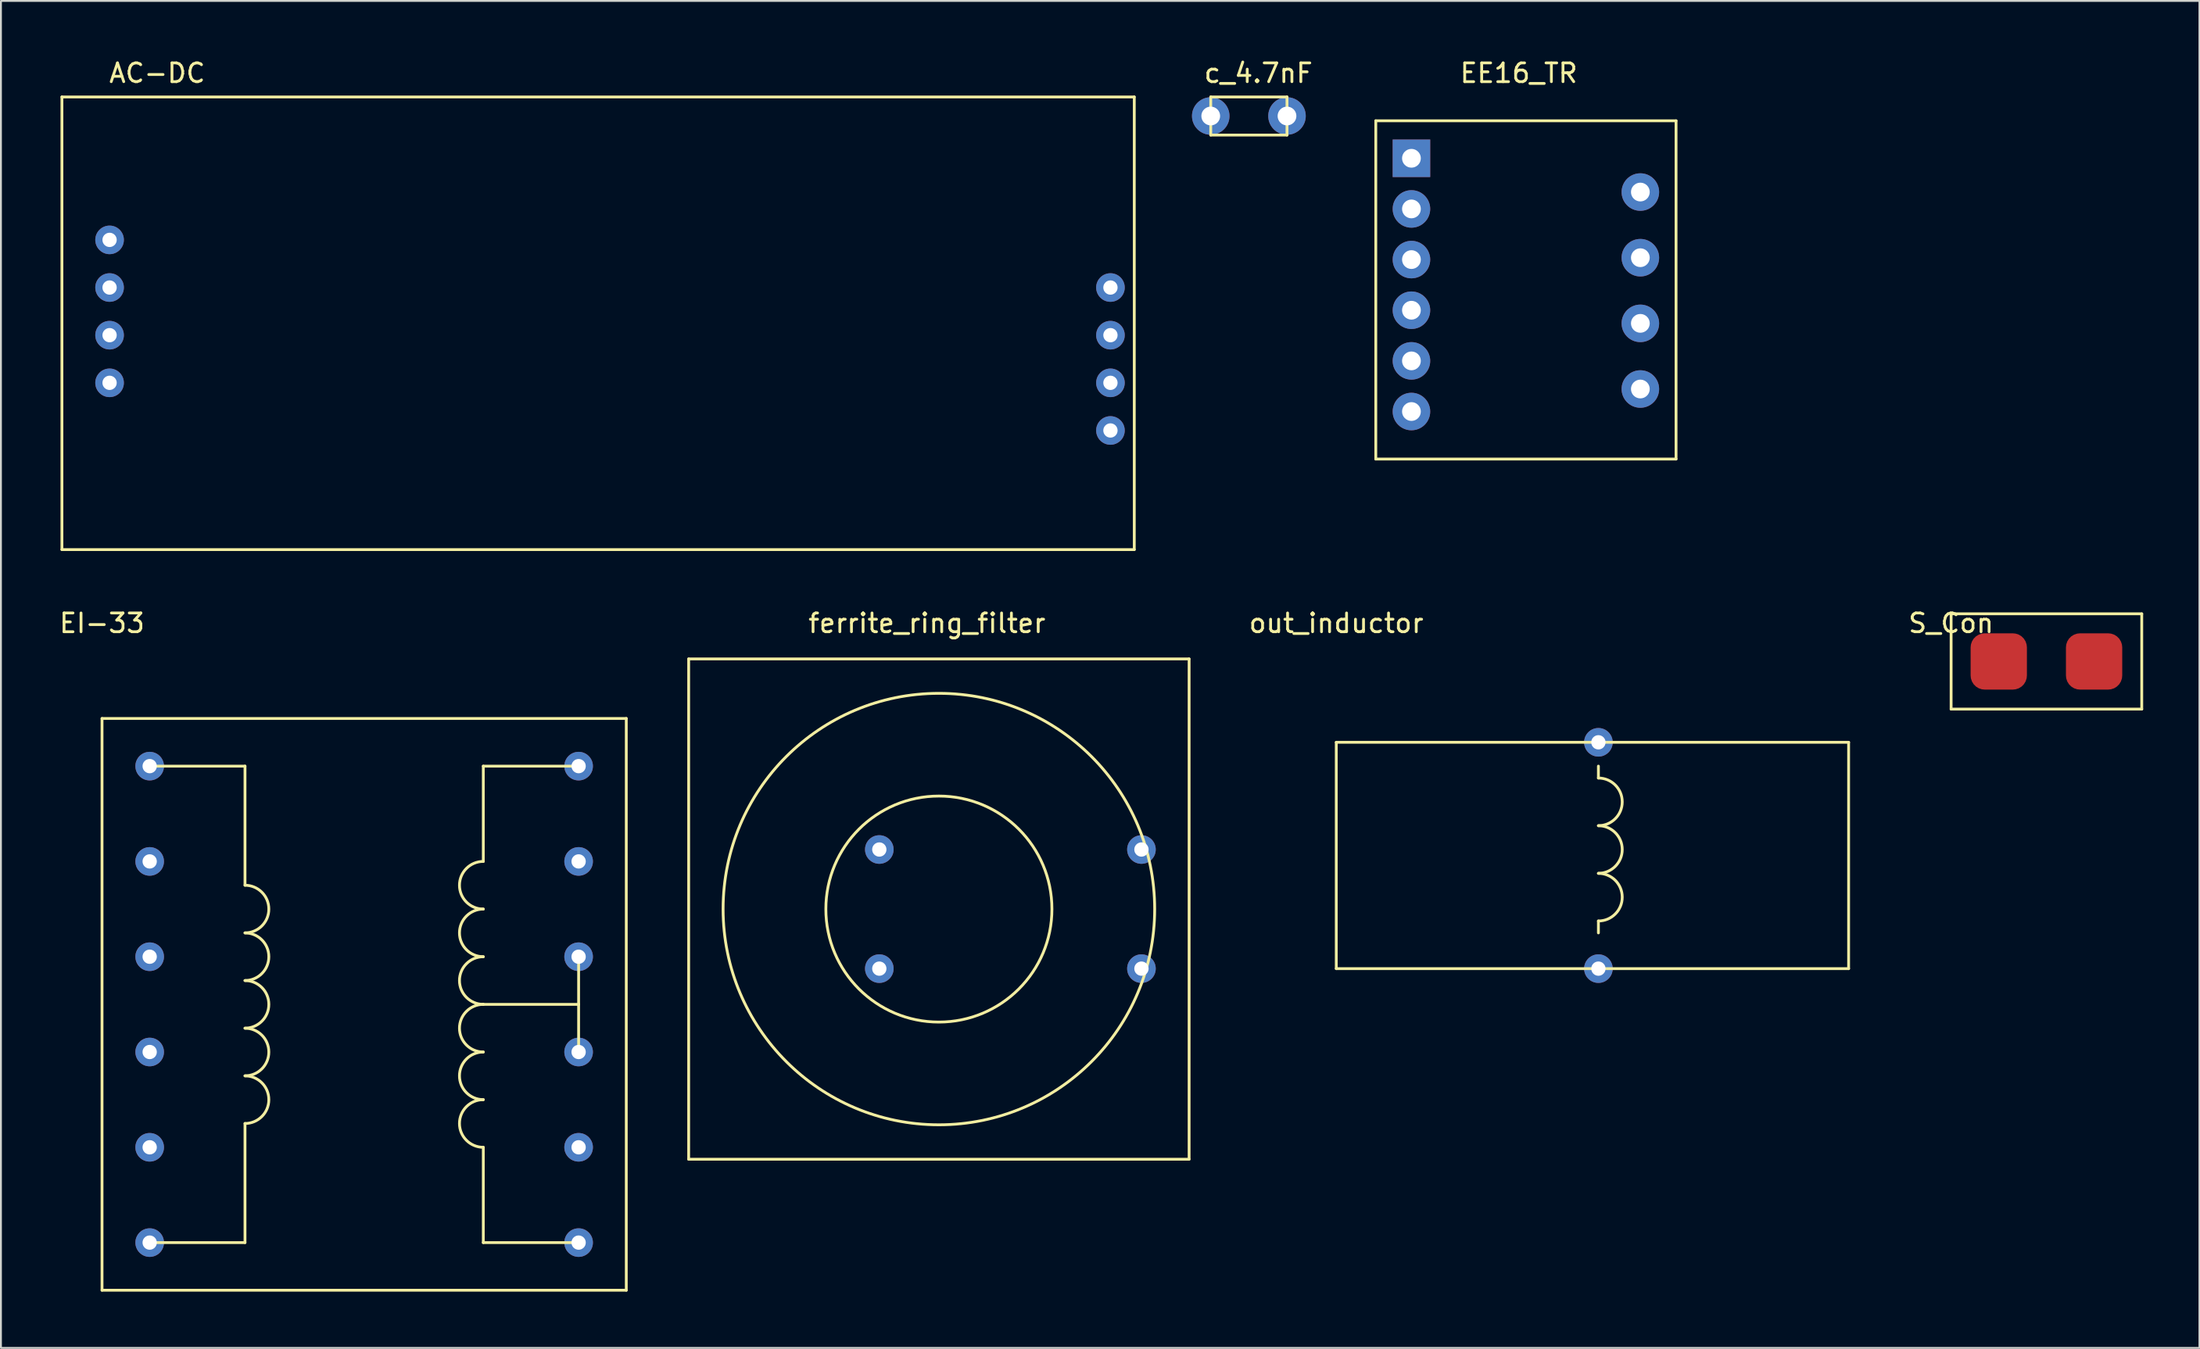
<source format=kicad_pcb>
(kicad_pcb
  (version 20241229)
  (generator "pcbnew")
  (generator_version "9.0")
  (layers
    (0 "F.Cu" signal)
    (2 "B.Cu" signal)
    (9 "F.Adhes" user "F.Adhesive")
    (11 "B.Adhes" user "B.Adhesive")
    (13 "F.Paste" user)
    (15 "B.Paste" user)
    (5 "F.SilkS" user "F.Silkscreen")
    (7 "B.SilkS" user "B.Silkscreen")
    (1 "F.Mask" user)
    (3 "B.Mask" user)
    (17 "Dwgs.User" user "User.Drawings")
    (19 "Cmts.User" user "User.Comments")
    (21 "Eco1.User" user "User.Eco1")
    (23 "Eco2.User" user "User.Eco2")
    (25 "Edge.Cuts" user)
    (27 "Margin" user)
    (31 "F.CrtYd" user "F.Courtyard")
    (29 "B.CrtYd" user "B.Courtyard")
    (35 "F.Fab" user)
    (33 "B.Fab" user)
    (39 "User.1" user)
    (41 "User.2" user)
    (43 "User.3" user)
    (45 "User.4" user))
  (footprint "EI-33"
    (layer "F.Cu")
    (at 2.387 35.252)
    (property "Reference" "EI-33" (at 0 -5.08 0) (layer "F.SilkS") (effects (font (size 1 1) (thickness 0.15))))
    (attr through_hole)
    (fp_line (start 0 0) (end 0 30.48) (stroke (width 0.15) (type solid)) (layer "F.SilkS"))
    (fp_line (start 0 30.48) (end 27.94 30.48) (stroke (width 0.15) (type solid)) (layer "F.SilkS"))
    (fp_line (start 7.62 2.54) (end 2.54 2.54) (stroke (width 0.15) (type solid)) (layer "F.SilkS"))
    (fp_line (start 7.62 8.89) (end 7.62 2.54) (stroke (width 0.15) (type solid)) (layer "F.SilkS"))
    (fp_line (start 7.62 21.59) (end 7.62 27.94) (stroke (width 0.15) (type solid)) (layer "F.SilkS"))
    (fp_line (start 7.62 27.94) (end 2.54 27.94) (stroke (width 0.15) (type solid)) (layer "F.SilkS"))
    (fp_line (start 20.32 2.54) (end 25.4 2.54) (stroke (width 0.15) (type solid)) (layer "F.SilkS"))
    (fp_line (start 20.32 7.62) (end 20.32 2.54) (stroke (width 0.15) (type solid)) (layer "F.SilkS"))
    (fp_line (start 20.32 15.24) (end 25.4 15.24) (stroke (width 0.15) (type solid)) (layer "F.SilkS"))
    (fp_line (start 20.32 22.86) (end 20.32 27.94) (stroke (width 0.15) (type solid)) (layer "F.SilkS"))
    (fp_line (start 20.32 27.94) (end 25.4 27.94) (stroke (width 0.15) (type solid)) (layer "F.SilkS"))
    (fp_line (start 25.4 15.24) (end 25.4 12.7) (stroke (width 0.15) (type solid)) (layer "F.SilkS"))
    (fp_line (start 25.4 17.78) (end 25.4 15.24) (stroke (width 0.15) (type solid)) (layer "F.SilkS"))
    (fp_line (start 27.94 0) (end 0 0) (stroke (width 0.15) (type solid)) (layer "F.SilkS"))
    (fp_line (start 27.94 30.48) (end 27.94 0) (stroke (width 0.15) (type solid)) (layer "F.SilkS"))
    (fp_arc (start 7.62 8.89) (mid 8.89 10.16) (end 7.62 11.43) (stroke (width 0.15) (type solid)) (layer "F.SilkS"))
    (fp_arc (start 7.62 11.43) (mid 8.89 12.7) (end 7.62 13.97) (stroke (width 0.15) (type solid)) (layer "F.SilkS"))
    (fp_arc (start 7.62 13.97) (mid 8.89 15.24) (end 7.62 16.51) (stroke (width 0.15) (type solid)) (layer "F.SilkS"))
    (fp_arc (start 7.62 16.51) (mid 8.89 17.78) (end 7.62 19.05) (stroke (width 0.15) (type solid)) (layer "F.SilkS"))
    (fp_arc (start 7.62 19.05) (mid 8.89 20.32) (end 7.62 21.59) (stroke (width 0.15) (type solid)) (layer "F.SilkS"))
    (fp_arc (start 20.32 10.16) (mid 19.05 8.89) (end 20.32 7.62) (stroke (width 0.15) (type solid)) (layer "F.SilkS"))
    (fp_arc (start 20.32 12.7) (mid 19.05 11.43) (end 20.32 10.16) (stroke (width 0.15) (type solid)) (layer "F.SilkS"))
    (fp_arc (start 20.32 15.24) (mid 19.05 13.97) (end 20.32 12.7) (stroke (width 0.15) (type solid)) (layer "F.SilkS"))
    (fp_arc (start 20.32 17.78) (mid 19.05 16.51) (end 20.32 15.24) (stroke (width 0.15) (type solid)) (layer "F.SilkS"))
    (fp_arc (start 20.32 20.32) (mid 19.05 19.05) (end 20.32 17.78) (stroke (width 0.15) (type solid)) (layer "F.SilkS"))
    (fp_arc (start 20.32 22.86) (mid 19.05 21.59) (end 20.32 20.32) (stroke (width 0.15) (type solid)) (layer "F.SilkS"))
    (pad "1" thru_hole circle (at 2.54 2.54) (size 1.524 1.524) (drill 0.762) (layers "*.Cu" "*.Mask"))
    (pad "2" thru_hole circle (at 2.54 27.94) (size 1.524 1.524) (drill 0.762) (layers "*.Cu" "*.Mask"))
    (pad "3" thru_hole circle (at 25.4 2.54) (size 1.524 1.524) (drill 0.762) (layers "*.Cu" "*.Mask"))
    (pad "4" thru_hole circle (at 25.4 12.7) (size 1.524 1.524) (drill 0.762) (layers "*.Cu" "*.Mask"))
    (pad "5" thru_hole circle (at 25.4 17.78) (size 1.524 1.524) (drill 0.762) (layers "*.Cu" "*.Mask"))
    (pad "6" thru_hole circle (at 2.54 7.62) (size 1.524 1.524) (drill 0.762) (layers "*.Cu" "*.Mask"))
    (pad "6" thru_hole circle (at 25.4 27.94) (size 1.524 1.524) (drill 0.762) (layers "*.Cu" "*.Mask"))
    (pad "7" thru_hole circle (at 2.54 12.7) (size 1.524 1.524) (drill 0.762) (layers "*.Cu" "*.Mask"))
    (pad "8" thru_hole circle (at 2.54 17.78) (size 1.524 1.524) (drill 0.762) (layers "*.Cu" "*.Mask"))
    (pad "9" thru_hole circle (at 2.54 22.86) (size 1.524 1.524) (drill 0.762) (layers "*.Cu" "*.Mask"))
    (pad "10" thru_hole circle (at 25.4 7.62) (size 1.524 1.524) (drill 0.762) (layers "*.Cu" "*.Mask"))
    (pad "11" thru_hole circle (at 25.4 22.86) (size 1.524 1.524) (drill 0.762) (layers "*.Cu" "*.Mask")))
  (footprint "AC-DC"
    (layer "F.Cu")
    (at 0.25 2.118)
    (property "Reference" "AC-DC" (at 5.08 -1.27 0) (layer "F.SilkS") (effects (font (size 1 1) (thickness 0.15))))
    (attr through_hole)
    (fp_line (start 0 0) (end 0 24.13) (stroke (width 0.15) (type solid)) (layer "F.SilkS"))
    (fp_line (start 0 24.13) (end 57.15 24.13) (stroke (width 0.15) (type solid)) (layer "F.SilkS"))
    (fp_line (start 57.15 0) (end 0 0) (stroke (width 0.15) (type solid)) (layer "F.SilkS"))
    (fp_line (start 57.15 24.13) (end 57.15 0) (stroke (width 0.15) (type solid)) (layer "F.SilkS"))
    (pad "1" thru_hole circle (at 2.54 7.62) (size 1.524 1.524) (drill 0.762) (layers "*.Cu" "*.Mask"))
    (pad "1" thru_hole circle (at 2.54 10.16) (size 1.524 1.524) (drill 0.762) (layers "*.Cu" "*.Mask"))
    (pad "2" thru_hole circle (at 2.54 12.7) (size 1.524 1.524) (drill 0.762) (layers "*.Cu" "*.Mask"))
    (pad "2" thru_hole circle (at 2.54 15.24) (size 1.524 1.524) (drill 0.762) (layers "*.Cu" "*.Mask"))
    (pad "3" thru_hole circle (at 55.88 15.24) (size 1.524 1.524) (drill 0.762) (layers "*.Cu" "*.Mask"))
    (pad "3" thru_hole circle (at 55.88 17.78) (size 1.524 1.524) (drill 0.762) (layers "*.Cu" "*.Mask"))
    (pad "4" thru_hole circle (at 55.88 10.16) (size 1.524 1.524) (drill 0.762) (layers "*.Cu" "*.Mask"))
    (pad "4" thru_hole circle (at 55.88 12.7) (size 1.524 1.524) (drill 0.762) (layers "*.Cu" "*.Mask")))
  (footprint "out_inductor"
    (layer "F.Cu")
    (at 68.165 36.522)
    (property "Reference" "out_inductor" (at 0 -6.35 0) (layer "F.SilkS") (effects (font (size 1 1) (thickness 0.15))))
    (attr through_hole)
    (fp_line (start 0 0) (end 27.305 0) (stroke (width 0.15) (type solid)) (layer "F.SilkS"))
    (fp_line (start 0 12.065) (end 0 0) (stroke (width 0.15) (type solid)) (layer "F.SilkS"))
    (fp_line (start 13.97 1.905) (end 13.97 1.27) (stroke (width 0.15) (type solid)) (layer "F.SilkS"))
    (fp_line (start 13.97 9.525) (end 13.97 10.16) (stroke (width 0.15) (type solid)) (layer "F.SilkS"))
    (fp_line (start 27.305 0) (end 27.305 12.065) (stroke (width 0.15) (type solid)) (layer "F.SilkS"))
    (fp_line (start 27.305 12.065) (end 0 12.065) (stroke (width 0.15) (type solid)) (layer "F.SilkS"))
    (fp_arc (start 13.97 1.905) (mid 15.24 3.175) (end 13.97 4.445) (stroke (width 0.15) (type solid)) (layer "F.SilkS"))
    (fp_arc (start 13.97 4.445) (mid 15.24 5.715) (end 13.97 6.985) (stroke (width 0.15) (type solid)) (layer "F.SilkS"))
    (fp_arc (start 13.97 6.985) (mid 15.24 8.255) (end 13.97 9.525) (stroke (width 0.15) (type solid)) (layer "F.SilkS"))
    (pad "1" thru_hole circle (at 13.97 0) (size 1.524 1.524) (drill 0.762) (layers "*.Cu" "*.Mask"))
    (pad "2" thru_hole circle (at 13.97 12.065) (size 1.524 1.524) (drill 0.762) (layers "*.Cu" "*.Mask")))
  (footprint "ferrite_ring_filter"
    (layer "F.Cu")
    (at 33.652 32.077)
    (property "Reference" "ferrite_ring_filter" (at 12.7 -1.905 0) (layer "F.SilkS") (effects (font (size 1 1) (thickness 0.15))))
    (attr through_hole)
    (fp_line (start 0 0) (end 26.67 0) (stroke (width 0.15) (type solid)) (layer "F.SilkS"))
    (fp_line (start 0 26.67) (end 0 0) (stroke (width 0.15) (type solid)) (layer "F.SilkS"))
    (fp_line (start 26.67 0) (end 26.67 26.67) (stroke (width 0.15) (type solid)) (layer "F.SilkS"))
    (fp_line (start 26.67 26.67) (end 0 26.67) (stroke (width 0.15) (type solid)) (layer "F.SilkS"))
    (fp_circle (center 13.335 13.335) (end 14.605 24.765) (stroke (width 0.15) (type solid)) (fill no) (layer "F.SilkS"))
    (fp_circle (center 13.335 13.335) (end 15.24 19.05) (stroke (width 0.15) (type solid)) (fill no) (layer "F.SilkS"))
    (pad "1" thru_hole circle (at 10.16 10.16) (size 1.524 1.524) (drill 0.762) (layers "*.Cu" "*.Mask"))
    (pad "2" thru_hole circle (at 24.13 10.16) (size 1.524 1.524) (drill 0.762) (layers "*.Cu" "*.Mask"))
    (pad "3" thru_hole circle (at 10.16 16.51) (size 1.524 1.524) (drill 0.762) (layers "*.Cu" "*.Mask"))
    (pad "4" thru_hole circle (at 24.13 16.51) (size 1.524 1.524) (drill 0.762) (layers "*.Cu" "*.Mask")))
  (footprint "c_4.7nF"
    (layer "F.Cu")
    (at 61.475 2.118)
    (property "Reference" "c_4.7nF" (at 2.54 -1.27 0) (layer "F.SilkS") (effects (font (size 1 1) (thickness 0.15))))
    (attr through_hole)
    (fp_line (start 0 0) (end 4.064 0) (stroke (width 0.15) (type solid)) (layer "F.SilkS"))
    (fp_line (start 0 2.032) (end 0 0) (stroke (width 0.15) (type solid)) (layer "F.SilkS"))
    (fp_line (start 4.064 0) (end 4.064 2.032) (stroke (width 0.15) (type solid)) (layer "F.SilkS"))
    (fp_line (start 4.064 2.032) (end 0 2.032) (stroke (width 0.15) (type solid)) (layer "F.SilkS"))
    (pad "1" thru_hole circle (at 0 1.016) (size 2 2) (drill 1) (layers "*.Cu" "*.Mask"))
    (pad "2" thru_hole circle (at 4.064 1.016) (size 2 2) (drill 1) (layers "*.Cu" "*.Mask")))
  (footprint "EE16_TR"
    (layer "F.Cu")
    (at 70.271 3.388)
    (property "Reference" "EE16_TR" (at 7.62 -2.54 0) (layer "F.SilkS") (effects (font (size 1 1) (thickness 0.15))))
    (attr through_hole)
    (fp_line (start 0 0) (end 0 18.034) (stroke (width 0.15) (type solid)) (layer "F.SilkS"))
    (fp_line (start 0 18.034) (end 16.002 18.034) (stroke (width 0.15) (type solid)) (layer "F.SilkS"))
    (fp_line (start 16.002 0) (end 0 0) (stroke (width 0.15) (type solid)) (layer "F.SilkS"))
    (fp_line (start 16.002 18.034) (end 16.002 0) (stroke (width 0.15) (type solid)) (layer "F.SilkS"))
    (pad "" thru_hole rect (at 1.9 2) (size 2 2) (drill 1) (layers "*.Cu" "*.Mask"))
    (pad "" thru_hole circle (at 1.9 10.1) (size 2 2) (drill 1) (layers "*.Cu" "*.Mask"))
    (pad "1" thru_hole circle (at 1.9 4.7) (size 2 2) (drill 1) (layers "*.Cu" "*.Mask"))
    (pad "2" thru_hole circle (at 1.9 7.4) (size 2 2) (drill 1) (layers "*.Cu" "*.Mask"))
    (pad "3" thru_hole circle (at 1.9 12.8) (size 2 2) (drill 1) (layers "*.Cu" "*.Mask"))
    (pad "4" thru_hole circle (at 1.9 15.5) (size 2 2) (drill 1) (layers "*.Cu" "*.Mask"))
    (pad "5" thru_hole circle (at 14.1 14.3) (size 2 2) (drill 1) (layers "*.Cu" "*.Mask"))
    (pad "6" thru_hole circle (at 14.1 10.8) (size 2 2) (drill 1) (layers "*.Cu" "*.Mask"))
    (pad "7" thru_hole circle (at 14.1 7.3) (size 2 2) (drill 1) (layers "*.Cu" "*.Mask"))
    (pad "8" thru_hole circle (at 14.1 3.8) (size 2 2) (drill 1) (layers "*.Cu" "*.Mask")))
  (footprint "S_Con"
    (layer "F.Cu")
    (at 100.932 29.672)
    (property "Reference" "S_Con" (at 0 0.5 0) (layer "F.SilkS") (effects (font (size 1 1) (thickness 0.15))))
    (attr through_hole)
    (fp_line (start 0 0) (end 10.16 0) (stroke (width 0.15) (type solid)) (layer "F.SilkS"))
    (fp_line (start 0 5.08) (end 0 0) (stroke (width 0.15) (type solid)) (layer "F.SilkS"))
    (fp_line (start 10.16 0) (end 10.16 5.08) (stroke (width 0.15) (type solid)) (layer "F.SilkS"))
    (fp_line (start 10.16 5.08) (end 0 5.08) (stroke (width 0.15) (type solid)) (layer "F.SilkS"))
    (pad "1" connect roundrect (at 2.54 2.54) (size 3 3) (layers "F.Cu" "F.Mask") (roundrect_rratio 0.25))
    (pad "2" connect roundrect (at 7.62 2.54) (size 3 3) (layers "F.Cu" "F.Mask") (roundrect_rratio 0.25)))
  (gr_rect
    (start -3 -3)
    (end 114.167 68.806)
    (stroke (width 0.1) (type default))
    (fill no)
    (layer "Edge.Cuts")))
</source>
